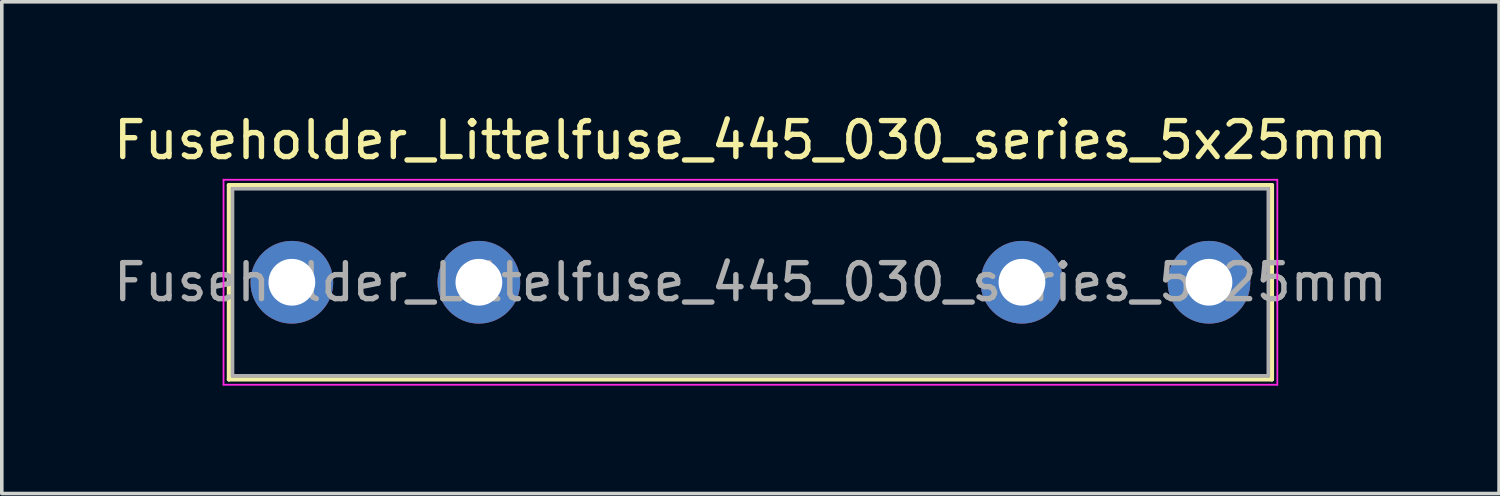
<source format=kicad_pcb>
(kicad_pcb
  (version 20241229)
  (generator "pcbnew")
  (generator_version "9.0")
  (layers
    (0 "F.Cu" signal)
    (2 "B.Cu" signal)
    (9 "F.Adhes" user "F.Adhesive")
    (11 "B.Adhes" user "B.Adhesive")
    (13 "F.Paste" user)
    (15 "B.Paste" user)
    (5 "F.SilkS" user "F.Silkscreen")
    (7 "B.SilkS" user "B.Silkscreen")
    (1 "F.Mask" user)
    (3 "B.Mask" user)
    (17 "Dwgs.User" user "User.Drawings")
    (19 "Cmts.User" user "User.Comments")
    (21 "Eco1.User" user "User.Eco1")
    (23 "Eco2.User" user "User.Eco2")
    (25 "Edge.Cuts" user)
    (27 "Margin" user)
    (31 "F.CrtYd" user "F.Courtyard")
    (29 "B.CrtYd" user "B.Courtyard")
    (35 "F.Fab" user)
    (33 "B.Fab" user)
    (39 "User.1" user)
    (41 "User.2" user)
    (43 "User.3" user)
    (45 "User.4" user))
  (footprint "Fuseholder_Littelfuse_445_030_series_5x25mm"
    (layer "F.Cu")
    (at 5.065 4.798)
    (property "Reference" "Fuseholder_Littelfuse_445_030_series_5x25mm" (at 12.75 -3.95 0) (unlocked yes) (layer "F.SilkS") (effects (font (size 1 1) (thickness 0.15))))
    (attr through_hole)
    (fp_line (start -1.75 -2.7) (end 27.25 -2.7) (stroke (width 0.12) (type solid)) (layer "F.SilkS"))
    (fp_line (start -1.75 2.7) (end -1.75 -2.7) (stroke (width 0.12) (type solid)) (layer "F.SilkS"))
    (fp_line (start 27.25 -2.7) (end 27.25 2.7) (stroke (width 0.12) (type solid)) (layer "F.SilkS"))
    (fp_line (start 27.25 2.7) (end -1.75 2.7) (stroke (width 0.12) (type solid)) (layer "F.SilkS"))
    (fp_line (start -1.9 -2.85) (end 27.4 -2.85) (stroke (width 0.05) (type solid)) (layer "F.CrtYd"))
    (fp_line (start -1.9 2.85) (end -1.9 -2.85) (stroke (width 0.05) (type solid)) (layer "F.CrtYd"))
    (fp_line (start 27.4 -2.85) (end 27.4 2.85) (stroke (width 0.05) (type solid)) (layer "F.CrtYd"))
    (fp_line (start 27.4 2.85) (end -1.9 2.85) (stroke (width 0.05) (type solid)) (layer "F.CrtYd"))
    (fp_line (start -1.65 -2.6) (end 27.15 -2.6) (stroke (width 0.1) (type solid)) (layer "F.Fab"))
    (fp_line (start -1.65 2.6) (end -1.65 -2.6) (stroke (width 0.1) (type solid)) (layer "F.Fab"))
    (fp_line (start 27.15 -2.6) (end 27.15 2.6) (stroke (width 0.1) (type solid)) (layer "F.Fab"))
    (fp_line (start 27.15 2.6) (end -1.65 2.6) (stroke (width 0.1) (type solid)) (layer "F.Fab"))
    (fp_text user "${REFERENCE}" (at 12.75 0 0) (unlocked yes) (layer "F.Fab") (effects (font (size 1 1) (thickness 0.15))))
    (pad "1" thru_hole circle (at 0 0) (size 2.3 2.3) (drill 1.3) (layers "*.Cu" "*.Mask"))
    (pad "1" thru_hole circle (at 5.2 0) (size 2.3 2.3) (drill 1.3) (layers "*.Cu" "*.Mask"))
    (pad "2" thru_hole circle (at 20.3 0) (size 2.3 2.3) (drill 1.3) (layers "*.Cu" "*.Mask"))
    (pad "2" thru_hole circle (at 25.5 0) (size 2.3 2.3) (drill 1.3) (layers "*.Cu" "*.Mask")))
  (gr_rect
    (start -3 -3)
    (end 38.631 10.673)
    (stroke (width 0.1) (type default))
    (fill no)
    (layer "Edge.Cuts")))
</source>
